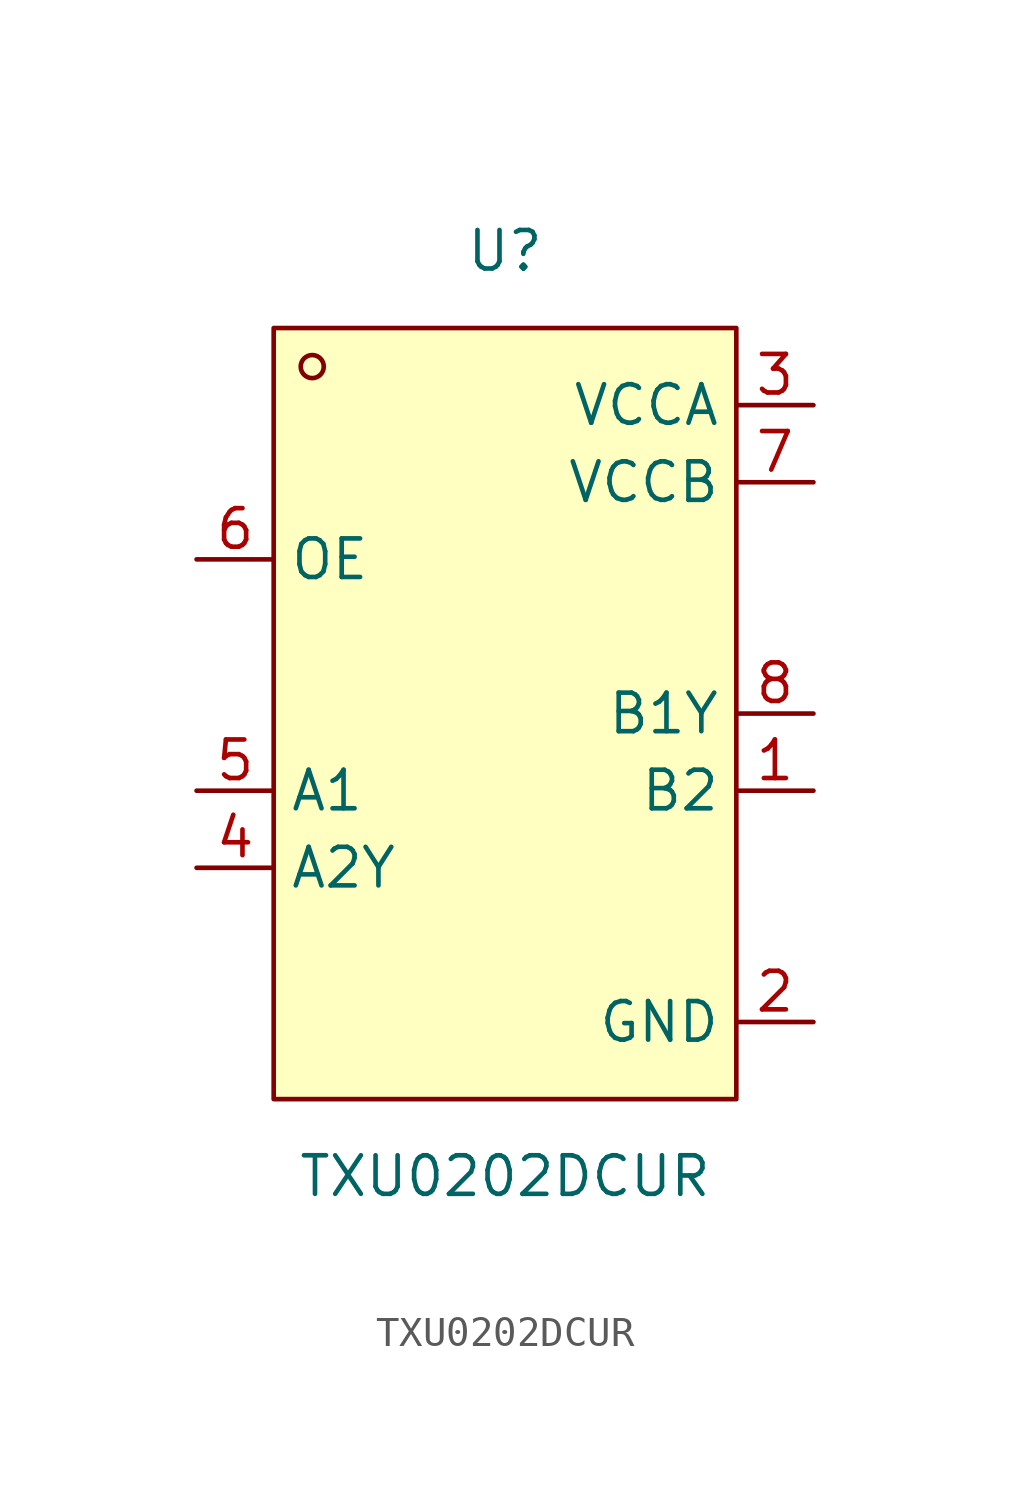
<source format=kicad_sym>
(kicad_symbol_lib
  (version 20211014)
  (generator https://github.com/uPesy/easyeda2kicad.py)
  (symbol "TXU0202DCUR"
    (property "Reference" "U"
      (at 0 15.24 0)
      (effects (font (size 1.27 1.27))))
    (property "Value" "TXU0202DCUR"
      (at 0 -15.24 0)
      (effects (font (size 1.27 1.27))))
    (symbol "TXU0202DCUR_0_1"
      (rectangle (start -7.62 12.70) (end 7.62 -12.70) (stroke (width 0) (type default) (color 0 0 0 0)) (fill (type background)))
      (circle (center -6.35 11.43) (radius 0.38) (stroke (width 0) (type default) (color 0 0 0 0)) (fill (type none)))
      (pin unspecified line (at -10.16 5.08 0) (length 2.54) (name "OE" (effects (font (size 1.27 1.27)))) (number "6" (effects (font (size 1.27 1.27)))))
      (pin unspecified line (at -10.16 -2.54 0) (length 2.54) (name "A1" (effects (font (size 1.27 1.27)))) (number "5" (effects (font (size 1.27 1.27)))))
      (pin unspecified line (at -10.16 -5.08 0) (length 2.54) (name "A2Y" (effects (font (size 1.27 1.27)))) (number "4" (effects (font (size 1.27 1.27)))))
      (pin unspecified line (at 10.16 -10.16 180) (length 2.54) (name "GND" (effects (font (size 1.27 1.27)))) (number "2" (effects (font (size 1.27 1.27)))))
      (pin unspecified line (at 10.16 -2.54 180) (length 2.54) (name "B2" (effects (font (size 1.27 1.27)))) (number "1" (effects (font (size 1.27 1.27)))))
      (pin unspecified line (at 10.16 -0.00 180) (length 2.54) (name "B1Y" (effects (font (size 1.27 1.27)))) (number "8" (effects (font (size 1.27 1.27)))))
      (pin unspecified line (at 10.16 7.62 180) (length 2.54) (name "VCCB" (effects (font (size 1.27 1.27)))) (number "7" (effects (font (size 1.27 1.27)))))
      (pin unspecified line (at 10.16 10.16 180) (length 2.54) (name "VCCA" (effects (font (size 1.27 1.27)))) (number "3" (effects (font (size 1.27 1.27))))))))
</source>
